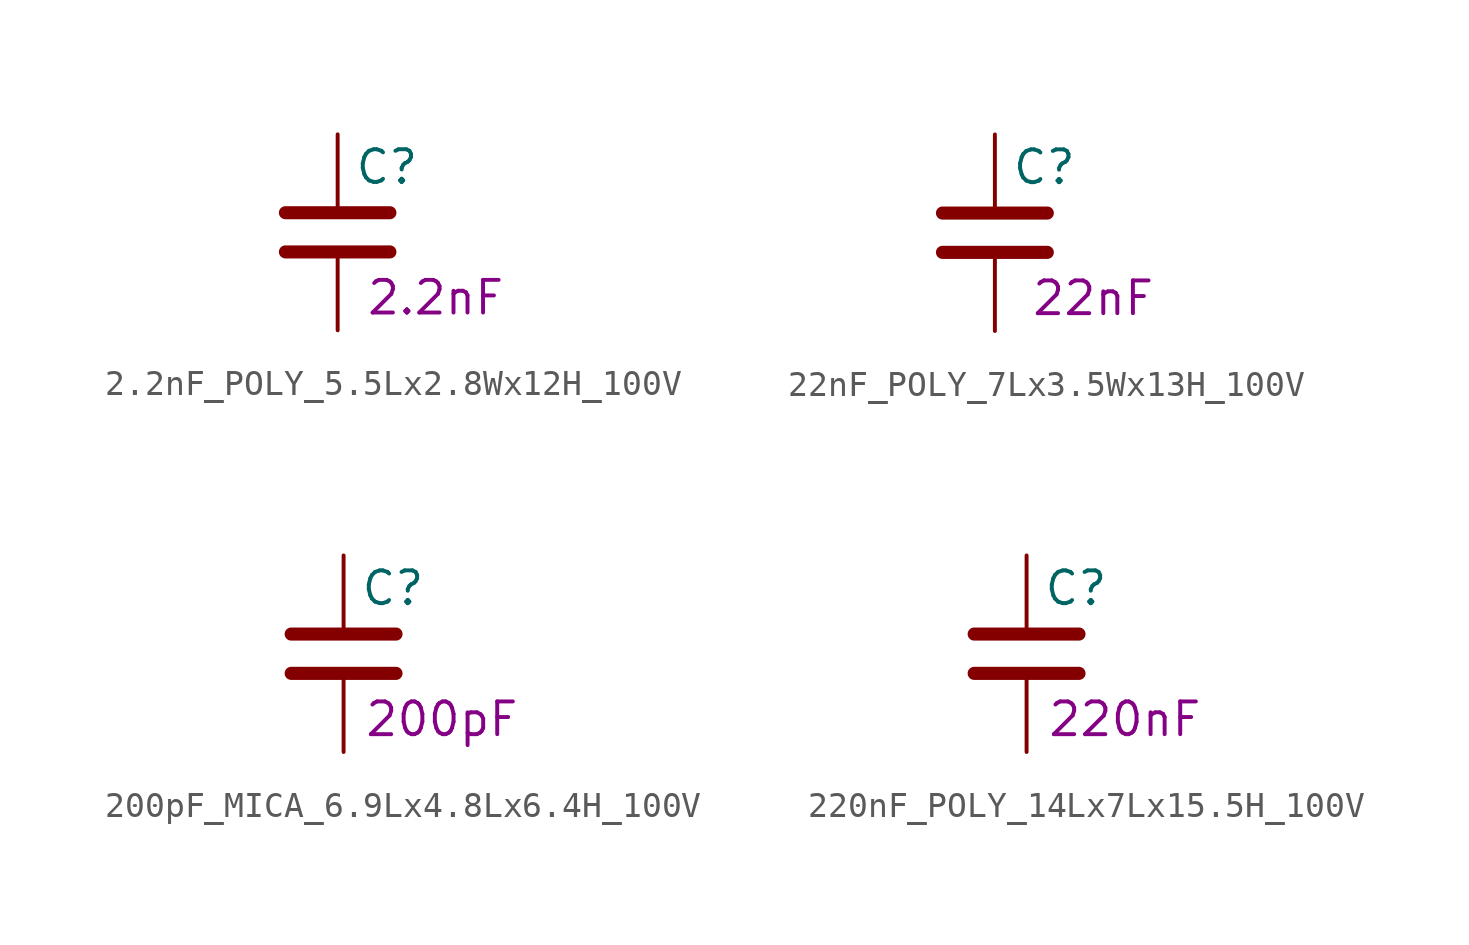
<source format=kicad_sym>
(kicad_symbol_lib
  (version 20211014)
  (generator kicad_symbol_editor)
  (symbol "2.2nF_POLY_5.5Lx2.8Wx12H_100V"
    (pin_numbers hide)
    (pin_names
      (offset 0.254))
    (property "Reference" "C"
      (at 0.635 2.54 0)
      (effects (font (size 1.27 1.27)) (justify left)))
    (property "Capacitance" "2.2nF"
      (at 3.81 -2.54 0)
      (effects (font (size 1.27 1.27))))
    (symbol "2.2nF_POLY_5.5Lx2.8Wx12H_100V_0_1"
      (polyline (pts (xy -2.032 -0.762) (xy 2.032 -0.762)) (stroke (width 0.508) (type default) (color 0 0 0 0)) (fill (type none)))
      (polyline (pts (xy -2.032 0.762) (xy 2.032 0.762)) (stroke (width 0.508) (type default) (color 0 0 0 0)) (fill (type none))))
    (symbol "2.2nF_POLY_5.5Lx2.8Wx12H_100V_1_1"
      (pin passive line (at 0 3.81 270) (length 2.794) (name "~" (effects (font (size 1.27 1.27)))) (number "1" (effects (font (size 1.27 1.27)))))
      (pin passive line (at 0 -3.81 90) (length 2.794) (name "~" (effects (font (size 1.27 1.27)))) (number "2" (effects (font (size 1.27 1.27)))))))
  (symbol "22nF_POLY_7Lx3.5Wx13H_100V"
    (pin_numbers hide)
    (pin_names
      (offset 0.254))
    (property "Reference" "C"
      (at 0.635 2.54 0)
      (effects (font (size 1.27 1.27)) (justify left)))
    (property "Capacitance" "22nF"
      (at 3.81 -2.54 0)
      (effects (font (size 1.27 1.27))))
    (symbol "22nF_POLY_7Lx3.5Wx13H_100V_0_1"
      (polyline (pts (xy -2.032 -0.762) (xy 2.032 -0.762)) (stroke (width 0.508) (type default) (color 0 0 0 0)) (fill (type none)))
      (polyline (pts (xy -2.032 0.762) (xy 2.032 0.762)) (stroke (width 0.508) (type default) (color 0 0 0 0)) (fill (type none))))
    (symbol "22nF_POLY_7Lx3.5Wx13H_100V_1_1"
      (pin passive line (at 0 3.81 270) (length 2.794) (name "~" (effects (font (size 1.27 1.27)))) (number "1" (effects (font (size 1.27 1.27)))))
      (pin passive line (at 0 -3.81 90) (length 2.794) (name "~" (effects (font (size 1.27 1.27)))) (number "2" (effects (font (size 1.27 1.27)))))))
  (symbol "200pF_MICA_6.9Lx4.8Lx6.4H_100V"
    (pin_numbers hide)
    (pin_names
      (offset 0.254))
    (property "Reference" "C"
      (at 0.635 2.54 0)
      (effects (font (size 1.27 1.27)) (justify left)))
    (property "Capacitance" "200pF"
      (at 3.81 -2.54 0)
      (effects (font (size 1.27 1.27))))
    (symbol "200pF_MICA_6.9Lx4.8Lx6.4H_100V_0_1"
      (polyline (pts (xy -2.032 -0.762) (xy 2.032 -0.762)) (stroke (width 0.508) (type default) (color 0 0 0 0)) (fill (type none)))
      (polyline (pts (xy -2.032 0.762) (xy 2.032 0.762)) (stroke (width 0.508) (type default) (color 0 0 0 0)) (fill (type none))))
    (symbol "200pF_MICA_6.9Lx4.8Lx6.4H_100V_1_1"
      (pin passive line (at 0 3.81 270) (length 2.794) (name "~" (effects (font (size 1.27 1.27)))) (number "1" (effects (font (size 1.27 1.27)))))
      (pin passive line (at 0 -3.81 90) (length 2.794) (name "~" (effects (font (size 1.27 1.27)))) (number "2" (effects (font (size 1.27 1.27)))))))
  (symbol "220nF_POLY_14Lx7Lx15.5H_100V"
    (pin_numbers hide)
    (pin_names
      (offset 0.254))
    (property "Reference" "C"
      (at 0.635 2.54 0)
      (effects (font (size 1.27 1.27)) (justify left)))
    (property "Capacitance" "220nF"
      (at 3.81 -2.54 0)
      (effects (font (size 1.27 1.27))))
    (symbol "220nF_POLY_14Lx7Lx15.5H_100V_0_1"
      (polyline (pts (xy -2.032 -0.762) (xy 2.032 -0.762)) (stroke (width 0.508) (type default) (color 0 0 0 0)) (fill (type none)))
      (polyline (pts (xy -2.032 0.762) (xy 2.032 0.762)) (stroke (width 0.508) (type default) (color 0 0 0 0)) (fill (type none))))
    (symbol "220nF_POLY_14Lx7Lx15.5H_100V_1_1"
      (pin passive line (at 0 3.81 270) (length 2.794) (name "~" (effects (font (size 1.27 1.27)))) (number "1" (effects (font (size 1.27 1.27)))))
      (pin passive line (at 0 -3.81 90) (length 2.794) (name "~" (effects (font (size 1.27 1.27)))) (number "2" (effects (font (size 1.27 1.27))))))))
</source>
